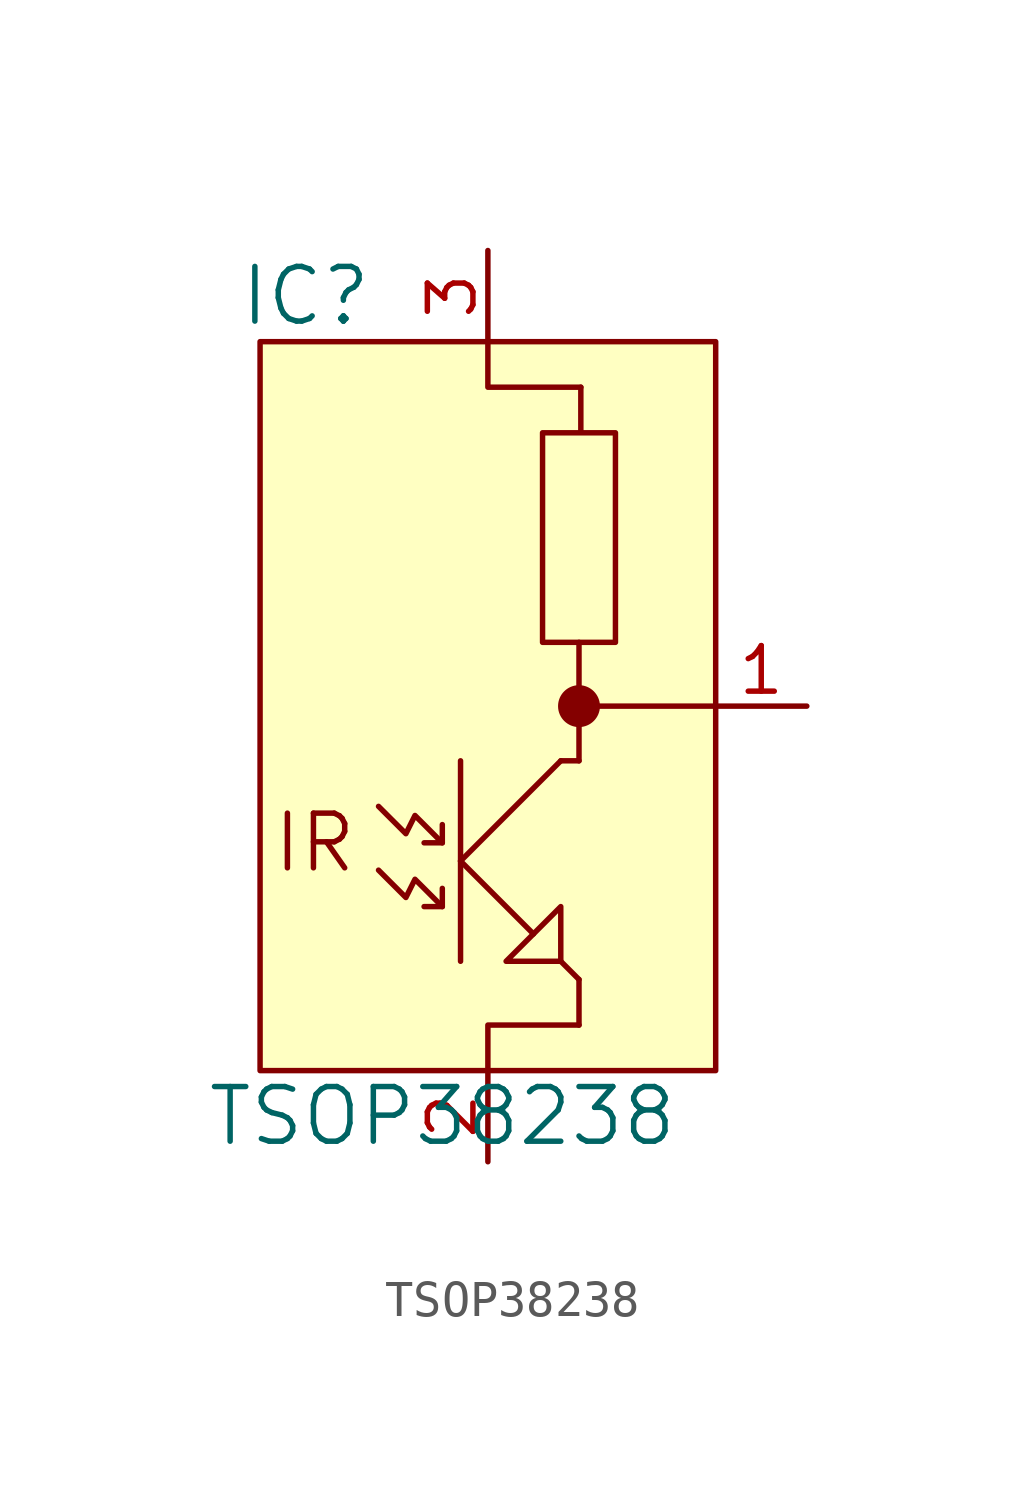
<source format=kicad_sym>
(kicad_symbol_lib
  (version 20211014)
  (generator kicad_symbol_editor)
  (symbol "TSOP38238"
    (pin_names
      (offset 1.016))
    (property "Reference" "IC"
      (at -5.08 11.43 0)
      (effects (font (size 1.524 1.524))))
    (property "Value" "TSOP38238"
      (at -1.27 -11.43 0)
      (effects (font (size 1.524 1.524))))
    (symbol "TSOP38238_0_0"
      (polyline (pts (xy -0.762 -4.318) (xy 1.27 -6.35)) (stroke (width 0) (type default) (color 0 0 0 0)) (fill (type none)))
      (polyline (pts (xy -0.762 -4.318) (xy 2.032 -1.524)) (stroke (width 0) (type default) (color 0 0 0 0)) (fill (type none)))
      (polyline (pts (xy -0.762 -1.524) (xy -0.762 -7.112)) (stroke (width 0) (type default) (color 0 0 0 0)) (fill (type none)))
      (polyline (pts (xy 2.032 -7.112) (xy 2.54 -7.62)) (stroke (width 0) (type default) (color 0 0 0 0)) (fill (type none)))
      (polyline (pts (xy 2.032 -1.524) (xy 2.54 -1.524)) (stroke (width 0) (type default) (color 0 0 0 0)) (fill (type none)))
      (polyline (pts (xy 2.54 -7.62) (xy 2.54 -8.89)) (stroke (width 0) (type default) (color 0 0 0 0)) (fill (type none)))
      (polyline (pts (xy 2.54 -1.524) (xy 2.54 1.778)) (stroke (width 0) (type default) (color 0 0 0 0)) (fill (type none)))
      (polyline (pts (xy 2.591 8.89) (xy 2.591 7.671)) (stroke (width 0) (type default) (color 0 0 0 0)) (fill (type none)))
      (polyline (pts (xy -1.27 -5.08) (xy -1.27 -5.588) (xy -1.778 -5.588)) (stroke (width 0) (type default) (color 0 0 0 0)) (fill (type none)))
      (polyline (pts (xy -1.27 -3.302) (xy -1.27 -3.81) (xy -1.778 -3.81)) (stroke (width 0) (type default) (color 0 0 0 0)) (fill (type none)))
      (polyline (pts (xy 2.54 -8.89) (xy 0 -8.89) (xy 0 -10.16)) (stroke (width 0) (type default) (color 0 0 0 0)) (fill (type none)))
      (polyline (pts (xy 2.591 8.89) (xy 0 8.89) (xy 0 10.109)) (stroke (width 0) (type default) (color 0 0 0 0)) (fill (type none)))
      (polyline (pts (xy -3.048 -4.572) (xy -2.286 -5.334) (xy -2.032 -4.826) (xy -1.27 -5.588)) (stroke (width 0) (type default) (color 0 0 0 0)) (fill (type none)))
      (polyline (pts (xy -3.048 -2.794) (xy -2.286 -3.556) (xy -2.032 -3.048) (xy -1.27 -3.81)) (stroke (width 0) (type default) (color 0 0 0 0)) (fill (type none)))
      (polyline (pts (xy 2.032 -7.112) (xy 0.508 -7.112) (xy 2.032 -5.588) (xy 2.032 -7.112)) (stroke (width 0) (type default) (color 0 0 0 0)) (fill (type none)))
      (rectangle (start 1.524 7.62) (end 3.556 1.778) (stroke (width 0) (type default) (color 0 0 0 0)) (fill (type none)))
      (circle (center 2.54 0) (radius 0.508) (stroke (width 0) (type default) (color 0 0 0 0)) (fill (type outline)))
      (rectangle (start 6.35 10.16) (end -6.35 -10.16) (stroke (width 0) (type default) (color 0 0 0 0)) (fill (type background)))
      (text "IR" (at -4.826 -3.81 0) (effects (font (size 1.524 1.524)))))
    (symbol "TSOP38238_0_1"
      (polyline (pts (xy 2.54 0) (xy 6.35 0)) (stroke (width 0) (type default) (color 0 0 0 0)) (fill (type none))))
    (symbol "TSOP38238_1_1"
      (pin open_collector line (at 8.89 0 180) (length 2.54) (name "~" (effects (font (size 1.27 1.27)))) (number "1" (effects (font (size 1.27 1.27)))))
      (pin passive line (at 0 -12.7 90) (length 2.54) (name "~" (effects (font (size 1.27 1.27)))) (number "2" (effects (font (size 1.27 1.27)))))
      (pin passive line (at 0 12.7 270) (length 2.54) (name "~" (effects (font (size 1.27 1.27)))) (number "3" (effects (font (size 1.27 1.27))))))))
</source>
